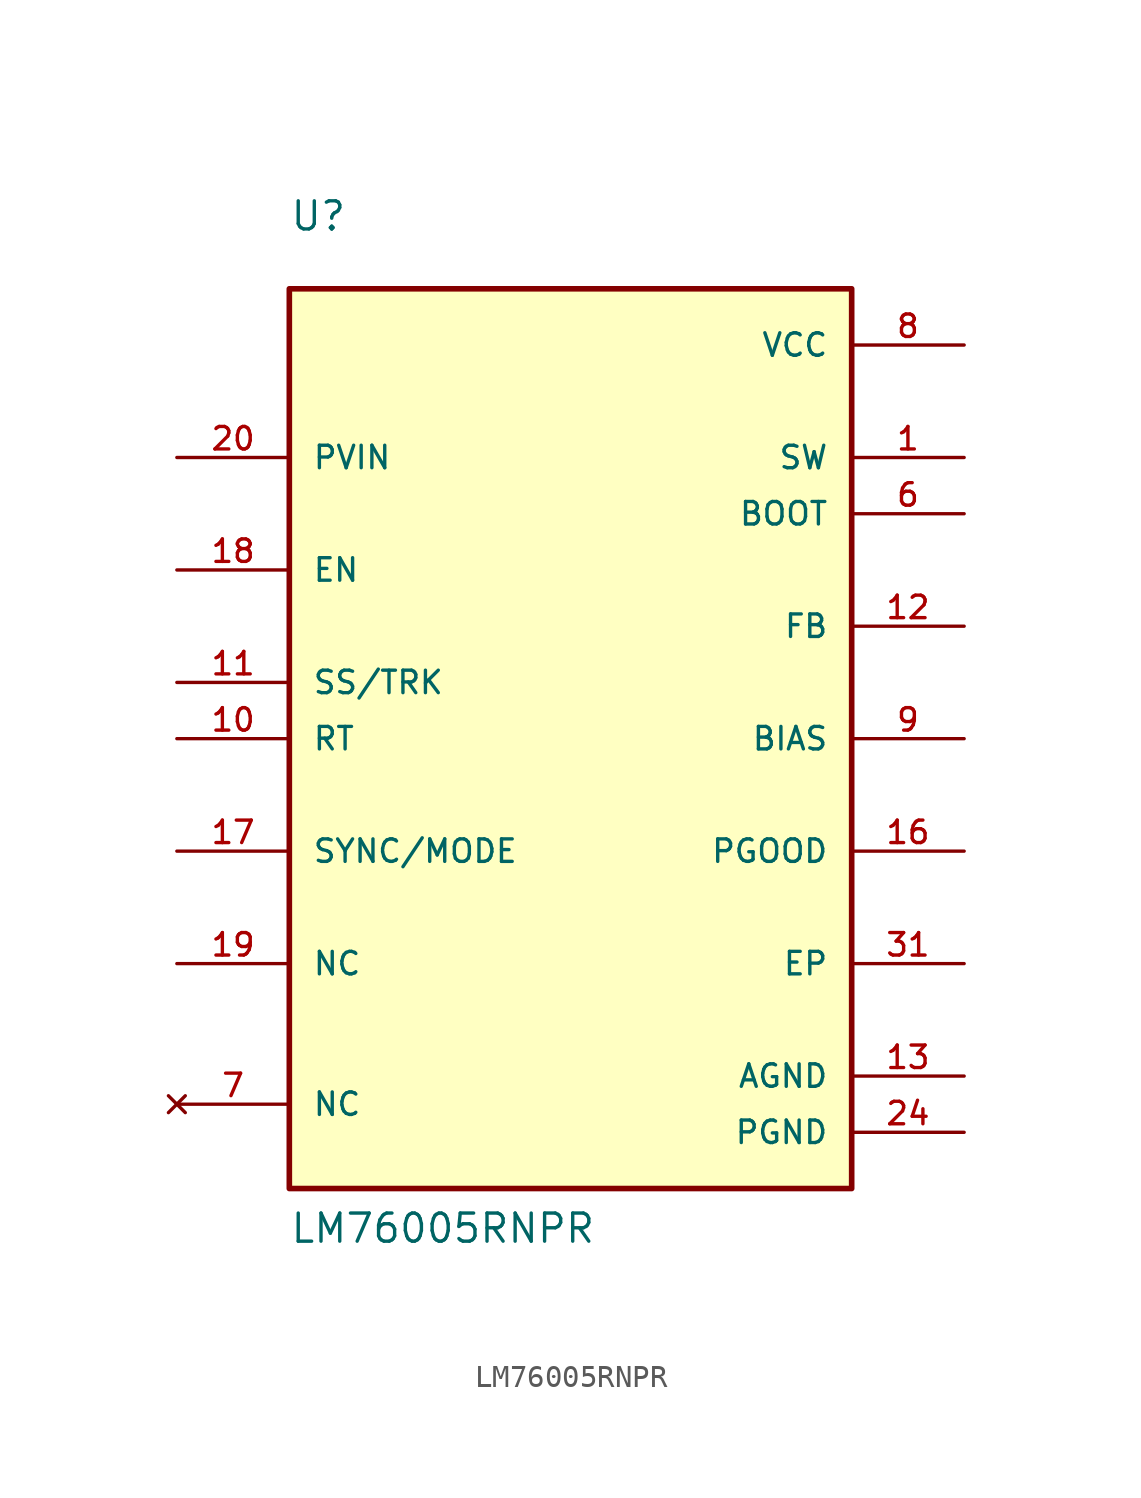
<source format=kicad_sym>
(kicad_symbol_lib
  (version 20241209)
  (generator "kicad_symbol_editor")
  (generator_version "9.0")
  (symbol "LM76005RNPR"
    (pin_names
      (offset 1.016))
    (property "Reference" "U"
      (at -12.7 22.86 0)
      (effects (font (size 1.27 1.27)) (justify left bottom)))
    (property "Value" "LM76005RNPR"
      (at -12.7 -22.86 0)
      (effects (font (size 1.27 1.27)) (justify left bottom)))
    (symbol "LM76005RNPR_0_0"
      (rectangle (start -12.7 -20.32) (end 12.7 20.32) (stroke (width 0.254) (type default)) (fill (type background)))
      (pin input line (at -17.78 12.7 0) (length 5.08) (name "PVIN" (effects (font (size 1.016 1.016)))) (number "20" (effects (font (size 1.016 1.016)))))
      (pin input line (at -17.78 12.7 0) (length 5.08) (hide yes) (name "PVIN" (effects (font (size 1.016 1.016)))) (number "21" (effects (font (size 1.016 1.016)))))
      (pin input line (at -17.78 12.7 0) (length 5.08) (hide yes) (name "PVIN" (effects (font (size 1.016 1.016)))) (number "22" (effects (font (size 1.016 1.016)))))
      (pin input line (at -17.78 7.62 0) (length 5.08) (name "EN" (effects (font (size 1.016 1.016)))) (number "18" (effects (font (size 1.016 1.016)))))
      (pin input line (at -17.78 2.54 0) (length 5.08) (name "SS/TRK" (effects (font (size 1.016 1.016)))) (number "11" (effects (font (size 1.016 1.016)))))
      (pin input line (at -17.78 0 0) (length 5.08) (name "RT" (effects (font (size 1.016 1.016)))) (number "10" (effects (font (size 1.016 1.016)))))
      (pin input line (at -17.78 -5.08 0) (length 5.08) (name "SYNC/MODE" (effects (font (size 1.016 1.016)))) (number "17" (effects (font (size 1.016 1.016)))))
      (pin power_in line (at -17.78 -10.16 0) (length 5.08) (hide yes) (name "NC" (effects (font (size 1.016 1.016)))) (number "27" (effects (font (size 1.016 1.016)))))
      (pin power_in line (at -17.78 -10.16 0) (length 5.08) (hide yes) (name "NC" (effects (font (size 1.016 1.016)))) (number "28" (effects (font (size 1.016 1.016)))))
      (pin power_in line (at -17.78 -10.16 0) (length 5.08) (hide yes) (name "NC" (effects (font (size 1.016 1.016)))) (number "29" (effects (font (size 1.016 1.016)))))
      (pin power_in line (at -17.78 -10.16 0) (length 5.08) (hide yes) (name "NC" (effects (font (size 1.016 1.016)))) (number "30" (effects (font (size 1.016 1.016)))))
      (pin no_connect line (at -17.78 -16.51 0) (length 5.08) (name "NC" (effects (font (size 1.016 1.016)))) (number "7" (effects (font (size 1.016 1.016)))))
      (pin power_in line (at 17.78 17.78 180) (length 5.08) (name "VCC" (effects (font (size 1.016 1.016)))) (number "8" (effects (font (size 1.016 1.016)))))
      (pin output line (at 17.78 12.7 180) (length 5.08) (name "SW" (effects (font (size 1.016 1.016)))) (number "1" (effects (font (size 1.016 1.016)))))
      (pin output line (at 17.78 12.7 180) (length 5.08) (hide yes) (name "SW" (effects (font (size 1.016 1.016)))) (number "2" (effects (font (size 1.016 1.016)))))
      (pin output line (at 17.78 12.7 180) (length 5.08) (hide yes) (name "SW" (effects (font (size 1.016 1.016)))) (number "3" (effects (font (size 1.016 1.016)))))
      (pin output line (at 17.78 12.7 180) (length 5.08) (hide yes) (name "SW" (effects (font (size 1.016 1.016)))) (number "4" (effects (font (size 1.016 1.016)))))
      (pin output line (at 17.78 12.7 180) (length 5.08) (hide yes) (name "SW" (effects (font (size 1.016 1.016)))) (number "5" (effects (font (size 1.016 1.016)))))
      (pin output line (at 17.78 10.16 180) (length 5.08) (name "BOOT" (effects (font (size 1.016 1.016)))) (number "6" (effects (font (size 1.016 1.016)))))
      (pin input line (at 17.78 5.08 180) (length 5.08) (name "FB" (effects (font (size 1.016 1.016)))) (number "12" (effects (font (size 1.016 1.016)))))
      (pin passive line (at 17.78 0 180) (length 5.08) (name "BIAS" (effects (font (size 1.016 1.016)))) (number "9" (effects (font (size 1.016 1.016)))))
      (pin output line (at 17.78 -5.08 180) (length 5.08) (name "PGOOD" (effects (font (size 1.016 1.016)))) (number "16" (effects (font (size 1.016 1.016)))))
      (pin power_in line (at 17.78 -10.16 180) (length 5.08) (name "EP" (effects (font (size 1.016 1.016)))) (number "31" (effects (font (size 1.016 1.016)))))
      (pin power_in line (at 17.78 -15.24 180) (length 5.08) (name "AGND" (effects (font (size 1.016 1.016)))) (number "13" (effects (font (size 1.016 1.016)))))
      (pin power_in line (at 17.78 -15.24 180) (length 5.08) (hide yes) (name "AGND" (effects (font (size 1.016 1.016)))) (number "14" (effects (font (size 1.016 1.016)))))
      (pin power_in line (at 17.78 -15.24 180) (length 5.08) (hide yes) (name "AGND" (effects (font (size 1.016 1.016)))) (number "15" (effects (font (size 1.016 1.016)))))
      (pin power_in line (at 17.78 -17.78 180) (length 5.08) (name "PGND" (effects (font (size 1.016 1.016)))) (number "24" (effects (font (size 1.016 1.016)))))
      (pin power_in line (at 17.78 -17.78 180) (length 5.08) (hide yes) (name "PGND" (effects (font (size 1.016 1.016)))) (number "25" (effects (font (size 1.016 1.016)))))
      (pin power_in line (at 17.78 -17.78 180) (length 5.08) (hide yes) (name "PGND" (effects (font (size 1.016 1.016)))) (number "26" (effects (font (size 1.016 1.016))))))
    (symbol "LM76005RNPR_1_0"
      (pin power_in line (at -17.78 -10.16 0) (length 5.08) (name "NC" (effects (font (size 1.016 1.016)))) (number "19" (effects (font (size 1.016 1.016)))))
      (pin no_connect line (at -17.78 -16.51 0) (length 5.08) (hide yes) (name "NC" (effects (font (size 1.016 1.016)))) (number "23" (effects (font (size 1.016 1.016))))))))
</source>
